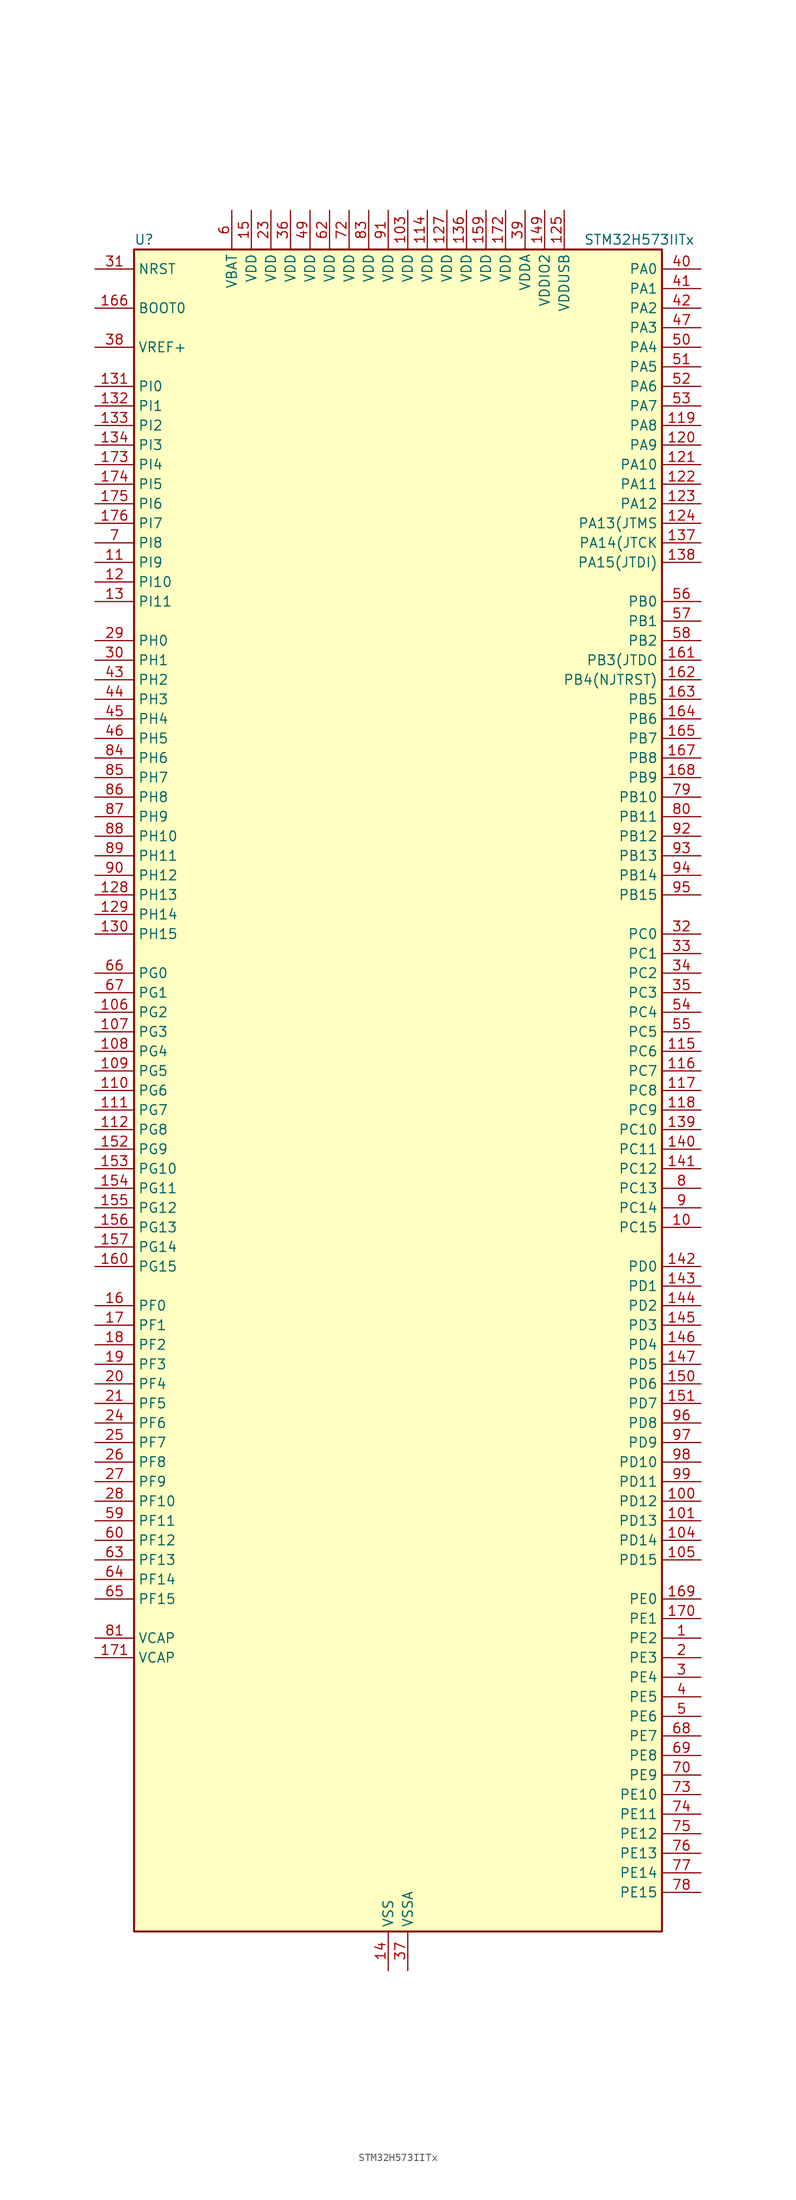
<source format=kicad_sym>
(kicad_symbol_lib
  (version 20231120)
  (generator "kicad-library-utils")
  (generator_version "8.0")
  (symbol "STM32H573IITx"
    (property "Reference" "U"
      (at -33.02 110.49 0)
      (effects (font (size 1.27 1.27)) (justify left)))
    (property "Value" "STM32H573IITx"
      (at 25.4 110.49 0)
      (effects (font (size 1.27 1.27)) (justify left)))
    (symbol "STM32H573IITx_0_1"
      (rectangle (start -33.02 -109.22) (end 35.56 109.22) (stroke (width 0.254) (type default)) (fill (type background))))
    (symbol "STM32H573IITx_1_1"
      (pin bidirectional line (at 40.64 -71.12 180) (length 5.08) (name "PE2" (effects (font (size 1.27 1.27)))) (number "1" (effects (font (size 1.27 1.27)))) (alternate "DCMI_D3" bidirectional line) (alternate "DEBUG_TRACECLK" bidirectional line) (alternate "ETH_TXD3" bidirectional line) (alternate "FMC_A23" bidirectional line) (alternate "LPTIM1_IN2" bidirectional line) (alternate "OCTOSPI1_IO2" bidirectional line) (alternate "PSSI_D3" bidirectional line) (alternate "SAI1_CK1" bidirectional line) (alternate "SAI1_MCLK_A" bidirectional line) (alternate "SPI4_SCK" bidirectional line) (alternate "UART8_TX" bidirectional line) (alternate "USART10_RX" bidirectional line))
      (pin bidirectional line (at 40.64 -17.78 180) (length 5.08) (name "PC15" (effects (font (size 1.27 1.27)))) (number "10" (effects (font (size 1.27 1.27)))) (alternate "ADC1_EXTI15" bidirectional line) (alternate "ADC2_EXTI15" bidirectional line) (alternate "RCC_OSC32_OUT" bidirectional line))
      (pin bidirectional line (at 40.64 -53.34 180) (length 5.08) (name "PD12" (effects (font (size 1.27 1.27)))) (number "100" (effects (font (size 1.27 1.27)))) (alternate "DCMI_D12" bidirectional line) (alternate "FMC_A17" bidirectional line) (alternate "FMC_ALE" bidirectional line) (alternate "I2C4_SCL" bidirectional line) (alternate "I3C1_SCL" bidirectional line) (alternate "LPTIM1_IN1" bidirectional line) (alternate "LPTIM2_IN1" bidirectional line) (alternate "OCTOSPI1_IO1" bidirectional line) (alternate "PSSI_D12" bidirectional line) (alternate "SAI1_D1" bidirectional line) (alternate "SAI2_FS_A" bidirectional line) (alternate "TIM4_CH1" bidirectional line) (alternate "UART4_TX" bidirectional line) (alternate "USART3_RTS" bidirectional line))
      (pin bidirectional line (at 40.64 -55.88 180) (length 5.08) (name "PD13" (effects (font (size 1.27 1.27)))) (number "101" (effects (font (size 1.27 1.27)))) (alternate "DCMI_D13" bidirectional line) (alternate "FMC_A18" bidirectional line) (alternate "I2C4_SDA" bidirectional line) (alternate "I3C1_SDA" bidirectional line) (alternate "LPTIM1_CH1" bidirectional line) (alternate "LPTIM2_CH1" bidirectional line) (alternate "LPTIM4_IN1" bidirectional line) (alternate "OCTOSPI1_IO3" bidirectional line) (alternate "PSSI_D13" bidirectional line) (alternate "SAI2_SCK_A" bidirectional line) (alternate "TIM4_CH2" bidirectional line) (alternate "UART9_RTS" bidirectional line))
      (pin passive line (at 0 -114.3 90) (length 5.08) hide (name "VSS" (effects (font (size 1.27 1.27)))) (number "102" (effects (font (size 1.27 1.27)))))
      (pin power_in line (at 2.54 114.3 270) (length 5.08) (name "VDD" (effects (font (size 1.27 1.27)))) (number "103" (effects (font (size 1.27 1.27)))))
      (pin bidirectional line (at 40.64 -58.42 180) (length 5.08) (name "PD14" (effects (font (size 1.27 1.27)))) (number "104" (effects (font (size 1.27 1.27)))) (alternate "FMC_D0" bidirectional line) (alternate "FMC_DA0" bidirectional line) (alternate "TIM4_CH3" bidirectional line) (alternate "UART8_CTS" bidirectional line) (alternate "UART9_RX" bidirectional line))
      (pin bidirectional line (at 40.64 -60.96 180) (length 5.08) (name "PD15" (effects (font (size 1.27 1.27)))) (number "105" (effects (font (size 1.27 1.27)))) (alternate "ADC1_EXTI15" bidirectional line) (alternate "ADC2_EXTI15" bidirectional line) (alternate "FMC_D1" bidirectional line) (alternate "FMC_DA1" bidirectional line) (alternate "TIM4_CH4" bidirectional line) (alternate "UART8_RTS" bidirectional line) (alternate "UART9_TX" bidirectional line))
      (pin bidirectional line (at -38.1 10.16 0) (length 5.08) (name "PG2" (effects (font (size 1.27 1.27)))) (number "106" (effects (font (size 1.27 1.27)))) (alternate "FMC_A12" bidirectional line) (alternate "LPTIM6_ETR" bidirectional line) (alternate "TIM8_BKIN" bidirectional line) (alternate "UART12_RX" bidirectional line))
      (pin bidirectional line (at -38.1 7.62 0) (length 5.08) (name "PG3" (effects (font (size 1.27 1.27)))) (number "107" (effects (font (size 1.27 1.27)))) (alternate "FMC_A13" bidirectional line) (alternate "LPTIM5_ETR" bidirectional line) (alternate "TIM8_BKIN2" bidirectional line) (alternate "UART12_TX" bidirectional line))
      (pin bidirectional line (at -38.1 5.08 0) (length 5.08) (name "PG4" (effects (font (size 1.27 1.27)))) (number "108" (effects (font (size 1.27 1.27)))) (alternate "FMC_A14" bidirectional line) (alternate "FMC_BA0" bidirectional line) (alternate "LPTIM4_ETR" bidirectional line) (alternate "TIM1_BKIN2" bidirectional line))
      (pin bidirectional line (at -38.1 2.54 0) (length 5.08) (name "PG5" (effects (font (size 1.27 1.27)))) (number "109" (effects (font (size 1.27 1.27)))) (alternate "FMC_A15" bidirectional line) (alternate "FMC_BA1" bidirectional line) (alternate "TIM1_ETR" bidirectional line))
      (pin bidirectional line (at -38.1 68.58 0) (length 5.08) (name "PI9" (effects (font (size 1.27 1.27)))) (number "11" (effects (font (size 1.27 1.27)))) (alternate "DAC1_EXTI9" bidirectional line) (alternate "FDCAN1_RX" bidirectional line) (alternate "UART4_RX" bidirectional line))
      (pin bidirectional line (at -38.1 0 0) (length 5.08) (name "PG6" (effects (font (size 1.27 1.27)))) (number "110" (effects (font (size 1.27 1.27)))) (alternate "DCMI_D12" bidirectional line) (alternate "FMC_NE3" bidirectional line) (alternate "I2C4_SDA" bidirectional line) (alternate "I3C1_SDA" bidirectional line) (alternate "OCTOSPI1_NCS" bidirectional line) (alternate "PSSI_D12" bidirectional line) (alternate "SPI1_RDY" bidirectional line) (alternate "TIM17_BKIN" bidirectional line) (alternate "UCPD1_FRSTX" bidirectional line))
      (pin bidirectional line (at -38.1 -2.54 0) (length 5.08) (name "PG7" (effects (font (size 1.27 1.27)))) (number "111" (effects (font (size 1.27 1.27)))) (alternate "DCMI_D13" bidirectional line) (alternate "FMC_INT" bidirectional line) (alternate "I2C4_SCL" bidirectional line) (alternate "I3C1_SCL" bidirectional line) (alternate "PSSI_D13" bidirectional line) (alternate "SAI1_CK2" bidirectional line) (alternate "SAI1_MCLK_A" bidirectional line) (alternate "UCPD1_FRSTX" bidirectional line) (alternate "USART6_CK" bidirectional line))
      (pin bidirectional line (at -38.1 -5.08 0) (length 5.08) (name "PG8" (effects (font (size 1.27 1.27)))) (number "112" (effects (font (size 1.27 1.27)))) (alternate "ETH_PPS_OUT" bidirectional line) (alternate "FMC_SDCLK" bidirectional line) (alternate "SPI6_NSS" bidirectional line) (alternate "TIM8_ETR" bidirectional line) (alternate "USART6_RTS" bidirectional line))
      (pin passive line (at 0 -114.3 90) (length 5.08) hide (name "VSS" (effects (font (size 1.27 1.27)))) (number "113" (effects (font (size 1.27 1.27)))))
      (pin power_in line (at 5.08 114.3 270) (length 5.08) (name "VDD" (effects (font (size 1.27 1.27)))) (number "114" (effects (font (size 1.27 1.27)))))
      (pin bidirectional line (at 40.64 5.08 180) (length 5.08) (name "PC6" (effects (font (size 1.27 1.27)))) (number "115" (effects (font (size 1.27 1.27)))) (alternate "DCMI_D0" bidirectional line) (alternate "FMC_NWAIT" bidirectional line) (alternate "I2S2_MCK" bidirectional line) (alternate "OCTOSPI1_IO5" bidirectional line) (alternate "PSSI_D0" bidirectional line) (alternate "SAI1_SCK_A" bidirectional line) (alternate "SDMMC1_D0DIR" bidirectional line) (alternate "SDMMC1_D6" bidirectional line) (alternate "SDMMC2_D6" bidirectional line) (alternate "TIM3_CH1" bidirectional line) (alternate "TIM8_CH1" bidirectional line) (alternate "USART6_TX" bidirectional line))
      (pin bidirectional line (at 40.64 2.54 180) (length 5.08) (name "PC7" (effects (font (size 1.27 1.27)))) (number "116" (effects (font (size 1.27 1.27)))) (alternate "DCMI_D1" bidirectional line) (alternate "DEBUG_TRGIO" bidirectional line) (alternate "FMC_NE1" bidirectional line) (alternate "I2S3_MCK" bidirectional line) (alternate "OCTOSPI1_IO6" bidirectional line) (alternate "PSSI_D1" bidirectional line) (alternate "SDMMC1_D123DIR" bidirectional line) (alternate "SDMMC1_D7" bidirectional line) (alternate "SDMMC2_D7" bidirectional line) (alternate "TIM3_CH2" bidirectional line) (alternate "TIM8_CH2" bidirectional line) (alternate "USART6_RX" bidirectional line))
      (pin bidirectional line (at 40.64 0 180) (length 5.08) (name "PC8" (effects (font (size 1.27 1.27)))) (number "117" (effects (font (size 1.27 1.27)))) (alternate "DCMI_D2" bidirectional line) (alternate "DEBUG_TRACED1" bidirectional line) (alternate "FMC_ALE" bidirectional line) (alternate "FMC_INT" bidirectional line) (alternate "FMC_NCE" bidirectional line) (alternate "FMC_NE2" bidirectional line) (alternate "PSSI_D2" bidirectional line) (alternate "SDMMC1_D0" bidirectional line) (alternate "TIM3_CH3" bidirectional line) (alternate "TIM8_CH3" bidirectional line) (alternate "UART5_DE" bidirectional line) (alternate "UART5_RTS" bidirectional line) (alternate "USART6_CK" bidirectional line))
      (pin bidirectional line (at 40.64 -2.54 180) (length 5.08) (name "PC9" (effects (font (size 1.27 1.27)))) (number "118" (effects (font (size 1.27 1.27)))) (alternate "AUDIOCLK" bidirectional line) (alternate "DAC1_EXTI9" bidirectional line) (alternate "DCMI_D3" bidirectional line) (alternate "FMC_CLE" bidirectional line) (alternate "I2C3_SDA" bidirectional line) (alternate "OCTOSPI1_IO0" bidirectional line) (alternate "PSSI_D3" bidirectional line) (alternate "RCC_MCO_2" bidirectional line) (alternate "SDMMC1_D1" bidirectional line) (alternate "TIM3_CH4" bidirectional line) (alternate "TIM8_CH4" bidirectional line) (alternate "UART5_CTS" bidirectional line) (alternate "UCPD1_DB2" bidirectional line))
      (pin bidirectional line (at 40.64 86.36 180) (length 5.08) (name "PA8" (effects (font (size 1.27 1.27)))) (number "119" (effects (font (size 1.27 1.27)))) (alternate "DCMI_D3" bidirectional line) (alternate "FMC_NOE" bidirectional line) (alternate "I2C3_SCL" bidirectional line) (alternate "PSSI_D3" bidirectional line) (alternate "RCC_MCO_1" bidirectional line) (alternate "SPI1_RDY" bidirectional line) (alternate "TIM1_CH1" bidirectional line) (alternate "TIM8_BKIN2" bidirectional line) (alternate "UART7_RX" bidirectional line) (alternate "USART1_CK" bidirectional line) (alternate "USB_SOF" bidirectional line))
      (pin bidirectional line (at -38.1 66.04 0) (length 5.08) (name "PI10" (effects (font (size 1.27 1.27)))) (number "12" (effects (font (size 1.27 1.27)))) (alternate "ETH_RX_ER" bidirectional line) (alternate "FDCAN1_RX" bidirectional line) (alternate "PSSI_D14" bidirectional line))
      (pin bidirectional line (at 40.64 83.82 180) (length 5.08) (name "PA9" (effects (font (size 1.27 1.27)))) (number "120" (effects (font (size 1.27 1.27)))) (alternate "DAC1_EXTI9" bidirectional line) (alternate "DCMI_D0" bidirectional line) (alternate "ETH_TX_ER" bidirectional line) (alternate "FMC_NWE" bidirectional line) (alternate "I2C3_SMBA" bidirectional line) (alternate "I2S2_CK" bidirectional line) (alternate "LPUART1_TX" bidirectional line) (alternate "PSSI_D0" bidirectional line) (alternate "SPI2_SCK" bidirectional line) (alternate "TIM1_CH2" bidirectional line) (alternate "UCPD1_DB1" bidirectional line) (alternate "USART1_TX" bidirectional line))
      (pin bidirectional line (at 40.64 81.28 180) (length 5.08) (name "PA10" (effects (font (size 1.27 1.27)))) (number "121" (effects (font (size 1.27 1.27)))) (alternate "DCMI_D1" bidirectional line) (alternate "FDCAN2_TX" bidirectional line) (alternate "LPTIM2_IN2" bidirectional line) (alternate "LPUART1_RX" bidirectional line) (alternate "PSSI_D1" bidirectional line) (alternate "SDMMC1_D0" bidirectional line) (alternate "TIM1_CH3" bidirectional line) (alternate "UCPD1_FRSTX" bidirectional line) (alternate "USART1_RX" bidirectional line))
      (pin bidirectional line (at 40.64 78.74 180) (length 5.08) (name "PA11" (effects (font (size 1.27 1.27)))) (number "122" (effects (font (size 1.27 1.27)))) (alternate "ADC1_EXTI11" bidirectional line) (alternate "ADC2_EXTI11" bidirectional line) (alternate "FDCAN1_RX" bidirectional line) (alternate "I2S2_WS" bidirectional line) (alternate "LPUART1_CTS" bidirectional line) (alternate "SPI2_NSS" bidirectional line) (alternate "TIM1_CH4" bidirectional line) (alternate "UART4_RX" bidirectional line) (alternate "USART1_CTS" bidirectional line) (alternate "USART1_NSS" bidirectional line) (alternate "USB_DM" bidirectional line))
      (pin bidirectional line (at 40.64 76.2 180) (length 5.08) (name "PA12" (effects (font (size 1.27 1.27)))) (number "123" (effects (font (size 1.27 1.27)))) (alternate "FDCAN1_TX" bidirectional line) (alternate "I2S2_CK" bidirectional line) (alternate "LPUART1_RTS" bidirectional line) (alternate "SAI2_FS_B" bidirectional line) (alternate "SPI2_SCK" bidirectional line) (alternate "TIM1_ETR" bidirectional line) (alternate "UART4_TX" bidirectional line) (alternate "USART1_RTS" bidirectional line) (alternate "USB_DP" bidirectional line))
      (pin bidirectional line (at 40.64 73.66 180) (length 5.08) (name "PA13(JTMS" (effects (font (size 1.27 1.27)))) (number "124" (effects (font (size 1.27 1.27)))) (alternate "DEBUG_JTMS-SWDIO" bidirectional line))
      (pin power_in line (at 22.86 114.3 270) (length 5.08) (name "VDDUSB" (effects (font (size 1.27 1.27)))) (number "125" (effects (font (size 1.27 1.27)))))
      (pin passive line (at 0 -114.3 90) (length 5.08) hide (name "VSS" (effects (font (size 1.27 1.27)))) (number "126" (effects (font (size 1.27 1.27)))))
      (pin power_in line (at 7.62 114.3 270) (length 5.08) (name "VDD" (effects (font (size 1.27 1.27)))) (number "127" (effects (font (size 1.27 1.27)))))
      (pin bidirectional line (at -38.1 25.4 0) (length 5.08) (name "PH13" (effects (font (size 1.27 1.27)))) (number "128" (effects (font (size 1.27 1.27)))) (alternate "DCMI_D3" bidirectional line) (alternate "FDCAN1_TX" bidirectional line) (alternate "LPTIM1_IN2" bidirectional line) (alternate "PSSI_D3" bidirectional line) (alternate "TIM8_CH1N" bidirectional line) (alternate "UART4_TX" bidirectional line) (alternate "UART8_TX" bidirectional line))
      (pin bidirectional line (at -38.1 22.86 0) (length 5.08) (name "PH14" (effects (font (size 1.27 1.27)))) (number "129" (effects (font (size 1.27 1.27)))) (alternate "DCMI_D4" bidirectional line) (alternate "FDCAN1_RX" bidirectional line) (alternate "PSSI_D4" bidirectional line) (alternate "TIM8_CH2N" bidirectional line) (alternate "UART4_RX" bidirectional line))
      (pin bidirectional line (at -38.1 63.5 0) (length 5.08) (name "PI11" (effects (font (size 1.27 1.27)))) (number "13" (effects (font (size 1.27 1.27)))) (alternate "ADC1_EXTI11" bidirectional line) (alternate "ADC2_EXTI11" bidirectional line) (alternate "PSSI_D15" bidirectional line) (alternate "TAMP_IN4" bidirectional line) (alternate "TAMP_OUT5" bidirectional line))
      (pin bidirectional line (at -38.1 20.32 0) (length 5.08) (name "PH15" (effects (font (size 1.27 1.27)))) (number "130" (effects (font (size 1.27 1.27)))) (alternate "ADC1_EXTI15" bidirectional line) (alternate "ADC2_EXTI15" bidirectional line) (alternate "DCMI_D11" bidirectional line) (alternate "PSSI_D11" bidirectional line) (alternate "TIM8_CH3N" bidirectional line))
      (pin bidirectional line (at -38.1 91.44 0) (length 5.08) (name "PI0" (effects (font (size 1.27 1.27)))) (number "131" (effects (font (size 1.27 1.27)))) (alternate "DCMI_D13" bidirectional line) (alternate "I2S2_WS" bidirectional line) (alternate "PSSI_D13" bidirectional line) (alternate "SPI2_NSS" bidirectional line) (alternate "TIM5_CH4" bidirectional line))
      (pin bidirectional line (at -38.1 88.9 0) (length 5.08) (name "PI1" (effects (font (size 1.27 1.27)))) (number "132" (effects (font (size 1.27 1.27)))) (alternate "DCMI_D8" bidirectional line) (alternate "I2S2_CK" bidirectional line) (alternate "PSSI_D8" bidirectional line) (alternate "SPI2_SCK" bidirectional line) (alternate "TIM8_BKIN2" bidirectional line))
      (pin bidirectional line (at -38.1 86.36 0) (length 5.08) (name "PI2" (effects (font (size 1.27 1.27)))) (number "133" (effects (font (size 1.27 1.27)))) (alternate "DCMI_D9" bidirectional line) (alternate "I2S2_SDI" bidirectional line) (alternate "PSSI_D9" bidirectional line) (alternate "SPI2_MISO" bidirectional line) (alternate "TIM8_CH4" bidirectional line))
      (pin bidirectional line (at -38.1 83.82 0) (length 5.08) (name "PI3" (effects (font (size 1.27 1.27)))) (number "134" (effects (font (size 1.27 1.27)))) (alternate "DCMI_D10" bidirectional line) (alternate "I2S2_SDO" bidirectional line) (alternate "PSSI_D10" bidirectional line) (alternate "SPI2_MOSI" bidirectional line) (alternate "TIM8_ETR" bidirectional line))
      (pin passive line (at 0 -114.3 90) (length 5.08) hide (name "VSS" (effects (font (size 1.27 1.27)))) (number "135" (effects (font (size 1.27 1.27)))))
      (pin power_in line (at 10.16 114.3 270) (length 5.08) (name "VDD" (effects (font (size 1.27 1.27)))) (number "136" (effects (font (size 1.27 1.27)))))
      (pin bidirectional line (at 40.64 71.12 180) (length 5.08) (name "PA14(JTCK" (effects (font (size 1.27 1.27)))) (number "137" (effects (font (size 1.27 1.27)))) (alternate "DEBUG_JTCK-SWCLK" bidirectional line))
      (pin bidirectional line (at 40.64 68.58 180) (length 5.08) (name "PA15(JTDI)" (effects (font (size 1.27 1.27)))) (number "138" (effects (font (size 1.27 1.27)))) (alternate "ADC1_EXTI15" bidirectional line) (alternate "ADC2_EXTI15" bidirectional line) (alternate "CEC" bidirectional line) (alternate "DCMI_D11" bidirectional line) (alternate "DEBUG_JTDI" bidirectional line) (alternate "FMC_NBL1" bidirectional line) (alternate "I2S1_WS" bidirectional line) (alternate "I2S3_WS" bidirectional line) (alternate "LPTIM3_IN2" bidirectional line) (alternate "PSSI_D11" bidirectional line) (alternate "SPI1_NSS" bidirectional line) (alternate "SPI3_NSS" bidirectional line) (alternate "SPI6_NSS" bidirectional line) (alternate "TIM2_CH1" bidirectional line) (alternate "TIM2_ETR" bidirectional line) (alternate "UART4_DE" bidirectional line) (alternate "UART4_RTS" bidirectional line) (alternate "UART7_TX" bidirectional line))
      (pin bidirectional line (at 40.64 -5.08 180) (length 5.08) (name "PC10" (effects (font (size 1.27 1.27)))) (number "139" (effects (font (size 1.27 1.27)))) (alternate "DCMI_D8" bidirectional line) (alternate "ETH_TXD0" bidirectional line) (alternate "I2S3_CK" bidirectional line) (alternate "LPTIM3_ETR" bidirectional line) (alternate "OCTOSPI1_IO1" bidirectional line) (alternate "PSSI_D8" bidirectional line) (alternate "SDMMC1_D2" bidirectional line) (alternate "SPI3_SCK" bidirectional line) (alternate "UART4_TX" bidirectional line) (alternate "USART3_TX" bidirectional line))
      (pin power_in line (at 0 -114.3 90) (length 5.08) (name "VSS" (effects (font (size 1.27 1.27)))) (number "14" (effects (font (size 1.27 1.27)))))
      (pin bidirectional line (at 40.64 -7.62 180) (length 5.08) (name "PC11" (effects (font (size 1.27 1.27)))) (number "140" (effects (font (size 1.27 1.27)))) (alternate "ADC1_EXTI11" bidirectional line) (alternate "ADC2_EXTI11" bidirectional line) (alternate "DCMI_D4" bidirectional line) (alternate "I2S3_SDI" bidirectional line) (alternate "LPTIM3_IN1" bidirectional line) (alternate "OCTOSPI1_NCS" bidirectional line) (alternate "PSSI_D4" bidirectional line) (alternate "SDMMC1_D3" bidirectional line) (alternate "SPI3_MISO" bidirectional line) (alternate "UART4_RX" bidirectional line) (alternate "USART3_RX" bidirectional line))
      (pin bidirectional line (at 40.64 -10.16 180) (length 5.08) (name "PC12" (effects (font (size 1.27 1.27)))) (number "141" (effects (font (size 1.27 1.27)))) (alternate "DCMI_D9" bidirectional line) (alternate "DEBUG_TRACED3" bidirectional line) (alternate "I2S3_SDO" bidirectional line) (alternate "PSSI_D9" bidirectional line) (alternate "SDMMC1_CK" bidirectional line) (alternate "SPI3_MOSI" bidirectional line) (alternate "SPI6_SCK" bidirectional line) (alternate "TIM15_CH1" bidirectional line) (alternate "UART5_TX" bidirectional line) (alternate "USART3_CK" bidirectional line))
      (pin bidirectional line (at 40.64 -22.86 180) (length 5.08) (name "PD0" (effects (font (size 1.27 1.27)))) (number "142" (effects (font (size 1.27 1.27)))) (alternate "FDCAN1_RX" bidirectional line) (alternate "FMC_D2" bidirectional line) (alternate "FMC_DA2" bidirectional line) (alternate "TIM8_CH4N" bidirectional line) (alternate "UART4_RX" bidirectional line) (alternate "UART9_CTS" bidirectional line))
      (pin bidirectional line (at 40.64 -25.4 180) (length 5.08) (name "PD1" (effects (font (size 1.27 1.27)))) (number "143" (effects (font (size 1.27 1.27)))) (alternate "FDCAN1_TX" bidirectional line) (alternate "FMC_D3" bidirectional line) (alternate "FMC_DA3" bidirectional line) (alternate "UART4_TX" bidirectional line))
      (pin bidirectional line (at 40.64 -27.94 180) (length 5.08) (name "PD2" (effects (font (size 1.27 1.27)))) (number "144" (effects (font (size 1.27 1.27)))) (alternate "DCMI_D11" bidirectional line) (alternate "DEBUG_TRACED2" bidirectional line) (alternate "LPTIM4_ETR" bidirectional line) (alternate "PSSI_D11" bidirectional line) (alternate "PWR_WKUP7" bidirectional line) (alternate "SDMMC1_CMD" bidirectional line) (alternate "TIM15_BKIN" bidirectional line) (alternate "TIM3_ETR" bidirectional line) (alternate "UART5_RX" bidirectional line))
      (pin bidirectional line (at 40.64 -30.48 180) (length 5.08) (name "PD3" (effects (font (size 1.27 1.27)))) (number "145" (effects (font (size 1.27 1.27)))) (alternate "DCMI_D5" bidirectional line) (alternate "FMC_CLK" bidirectional line) (alternate "I2S2_CK" bidirectional line) (alternate "PSSI_D5" bidirectional line) (alternate "PWR_WKUP8" bidirectional line) (alternate "SPI2_SCK" bidirectional line) (alternate "USART2_CTS" bidirectional line) (alternate "USART2_NSS" bidirectional line))
      (pin bidirectional line (at 40.64 -33.02 180) (length 5.08) (name "PD4" (effects (font (size 1.27 1.27)))) (number "146" (effects (font (size 1.27 1.27)))) (alternate "FMC_NOE" bidirectional line) (alternate "OCTOSPI1_IO4" bidirectional line) (alternate "USART2_RTS" bidirectional line))
      (pin bidirectional line (at 40.64 -35.56 180) (length 5.08) (name "PD5" (effects (font (size 1.27 1.27)))) (number "147" (effects (font (size 1.27 1.27)))) (alternate "FDCAN1_TX" bidirectional line) (alternate "FMC_NWE" bidirectional line) (alternate "OCTOSPI1_IO5" bidirectional line) (alternate "SPI2_RDY" bidirectional line) (alternate "TIM1_CH4N" bidirectional line) (alternate "USART2_TX" bidirectional line))
      (pin passive line (at 0 -114.3 90) (length 5.08) hide (name "VSS" (effects (font (size 1.27 1.27)))) (number "148" (effects (font (size 1.27 1.27)))))
      (pin power_in line (at 20.32 114.3 270) (length 5.08) (name "VDDIO2" (effects (font (size 1.27 1.27)))) (number "149" (effects (font (size 1.27 1.27)))))
      (pin power_in line (at -17.78 114.3 270) (length 5.08) (name "VDD" (effects (font (size 1.27 1.27)))) (number "15" (effects (font (size 1.27 1.27)))))
      (pin bidirectional line (at 40.64 -38.1 180) (length 5.08) (name "PD6" (effects (font (size 1.27 1.27)))) (number "150" (effects (font (size 1.27 1.27)))) (alternate "DCMI_D10" bidirectional line) (alternate "FMC_NWAIT" bidirectional line) (alternate "I2S3_SDO" bidirectional line) (alternate "OCTOSPI1_IO6" bidirectional line) (alternate "PSSI_D10" bidirectional line) (alternate "SAI1_D1" bidirectional line) (alternate "SAI1_SD_A" bidirectional line) (alternate "SDMMC2_CK" bidirectional line) (alternate "SPI3_MOSI" bidirectional line) (alternate "USART2_RX" bidirectional line))
      (pin bidirectional line (at 40.64 -40.64 180) (length 5.08) (name "PD7" (effects (font (size 1.27 1.27)))) (number "151" (effects (font (size 1.27 1.27)))) (alternate "FMC_NCE" bidirectional line) (alternate "FMC_NE1" bidirectional line) (alternate "I2S1_SDO" bidirectional line) (alternate "LPTIM4_OUT" bidirectional line) (alternate "OCTOSPI1_IO7" bidirectional line) (alternate "SDMMC2_CMD" bidirectional line) (alternate "SPI1_MOSI" bidirectional line) (alternate "USART2_CK" bidirectional line))
      (pin bidirectional line (at -38.1 -7.62 0) (length 5.08) (name "PG9" (effects (font (size 1.27 1.27)))) (number "152" (effects (font (size 1.27 1.27)))) (alternate "DAC1_EXTI9" bidirectional line) (alternate "DCMI_VSYNC" bidirectional line) (alternate "FMC_NCE" bidirectional line) (alternate "FMC_NE2" bidirectional line) (alternate "I2S1_SDI" bidirectional line) (alternate "OCTOSPI1_IO6" bidirectional line) (alternate "PSSI_RDY" bidirectional line) (alternate "SAI2_FS_B" bidirectional line) (alternate "SDMMC2_D0" bidirectional line) (alternate "SPI1_MISO" bidirectional line) (alternate "USART6_RX" bidirectional line))
      (pin bidirectional line (at -38.1 -10.16 0) (length 5.08) (name "PG10" (effects (font (size 1.27 1.27)))) (number "153" (effects (font (size 1.27 1.27)))) (alternate "DCMI_D2" bidirectional line) (alternate "FMC_NE3" bidirectional line) (alternate "I2S1_WS" bidirectional line) (alternate "PSSI_D2" bidirectional line) (alternate "SAI2_SD_B" bidirectional line) (alternate "SDMMC2_D1" bidirectional line) (alternate "SPI1_NSS" bidirectional line))
      (pin bidirectional line (at -38.1 -12.7 0) (length 5.08) (name "PG11" (effects (font (size 1.27 1.27)))) (number "154" (effects (font (size 1.27 1.27)))) (alternate "ADC1_EXTI11" bidirectional line) (alternate "ADC2_EXTI11" bidirectional line) (alternate "DCMI_D3" bidirectional line) (alternate "ETH_TX_EN" bidirectional line) (alternate "I2S1_CK" bidirectional line) (alternate "LPTIM1_IN2" bidirectional line) (alternate "PSSI_D3" bidirectional line) (alternate "SDMMC2_D2" bidirectional line) (alternate "SPI1_SCK" bidirectional line) (alternate "USART10_RX" bidirectional line) (alternate "USART11_RTS" bidirectional line))
      (pin bidirectional line (at -38.1 -15.24 0) (length 5.08) (name "PG12" (effects (font (size 1.27 1.27)))) (number "155" (effects (font (size 1.27 1.27)))) (alternate "DCMI_D11" bidirectional line) (alternate "ETH_TXD1" bidirectional line) (alternate "FMC_NE4" bidirectional line) (alternate "LPTIM1_IN1" bidirectional line) (alternate "LPTIM5_CH1" bidirectional line) (alternate "PSSI_D11" bidirectional line) (alternate "PSSI_D15" bidirectional line) (alternate "SDMMC2_D3" bidirectional line) (alternate "SPI6_MISO" bidirectional line) (alternate "USART10_TX" bidirectional line) (alternate "USART6_RTS" bidirectional line))
      (pin bidirectional line (at -38.1 -17.78 0) (length 5.08) (name "PG13" (effects (font (size 1.27 1.27)))) (number "156" (effects (font (size 1.27 1.27)))) (alternate "DEBUG_TRACED0" bidirectional line) (alternate "ETH_TXD0" bidirectional line) (alternate "FMC_A24" bidirectional line) (alternate "LPTIM1_CH1" bidirectional line) (alternate "LPTIM5_CH2" bidirectional line) (alternate "SDMMC2_D6" bidirectional line) (alternate "SPI6_SCK" bidirectional line) (alternate "USART10_CTS" bidirectional line) (alternate "USART10_NSS" bidirectional line) (alternate "USART6_CTS" bidirectional line) (alternate "USART6_NSS" bidirectional line))
      (pin bidirectional line (at -38.1 -20.32 0) (length 5.08) (name "PG14" (effects (font (size 1.27 1.27)))) (number "157" (effects (font (size 1.27 1.27)))) (alternate "DEBUG_TRACED1" bidirectional line) (alternate "ETH_TXD1" bidirectional line) (alternate "FMC_A25" bidirectional line) (alternate "LPTIM1_CH2" bidirectional line) (alternate "LPTIM1_ETR" bidirectional line) (alternate "LPTIM5_IN1" bidirectional line) (alternate "OCTOSPI1_IO7" bidirectional line) (alternate "SDMMC2_D7" bidirectional line) (alternate "SPI6_MOSI" bidirectional line) (alternate "USART10_RTS" bidirectional line) (alternate "USART6_TX" bidirectional line))
      (pin passive line (at 0 -114.3 90) (length 5.08) hide (name "VSS" (effects (font (size 1.27 1.27)))) (number "158" (effects (font (size 1.27 1.27)))))
      (pin power_in line (at 12.7 114.3 270) (length 5.08) (name "VDD" (effects (font (size 1.27 1.27)))) (number "159" (effects (font (size 1.27 1.27)))))
      (pin bidirectional line (at -38.1 -27.94 0) (length 5.08) (name "PF0" (effects (font (size 1.27 1.27)))) (number "16" (effects (font (size 1.27 1.27)))) (alternate "FMC_A0" bidirectional line) (alternate "I2C2_SDA" bidirectional line) (alternate "LPTIM5_CH1" bidirectional line))
      (pin bidirectional line (at -38.1 -22.86 0) (length 5.08) (name "PG15" (effects (font (size 1.27 1.27)))) (number "160" (effects (font (size 1.27 1.27)))) (alternate "ADC1_EXTI15" bidirectional line) (alternate "ADC2_EXTI15" bidirectional line) (alternate "DCMI_D13" bidirectional line) (alternate "FMC_SDNCAS" bidirectional line) (alternate "PSSI_D13" bidirectional line) (alternate "SPI4_RDY" bidirectional line) (alternate "USART10_CK" bidirectional line) (alternate "USART6_CTS" bidirectional line) (alternate "USART6_NSS" bidirectional line))
      (pin bidirectional line (at 40.64 55.88 180) (length 5.08) (name "PB3(JTDO" (effects (font (size 1.27 1.27)))) (number "161" (effects (font (size 1.27 1.27)))) (alternate "CRS_SYNC" bidirectional line) (alternate "DEBUG_JTDO-SWO" bidirectional line) (alternate "I2C2_SDA" bidirectional line) (alternate "I2S1_CK" bidirectional line) (alternate "I2S3_CK" bidirectional line) (alternate "LPTIM6_ETR" bidirectional line) (alternate "SDMMC2_D2" bidirectional line) (alternate "SPI1_SCK" bidirectional line) (alternate "SPI3_SCK" bidirectional line) (alternate "SPI6_SCK" bidirectional line) (alternate "TIM2_CH2" bidirectional line) (alternate "UART12_CTS" bidirectional line) (alternate "UART7_RX" bidirectional line))
      (pin bidirectional line (at 40.64 53.34 180) (length 5.08) (name "PB4(NJTRST)" (effects (font (size 1.27 1.27)))) (number "162" (effects (font (size 1.27 1.27)))) (alternate "DCMI_D7" bidirectional line) (alternate "DEBUG_JTRST" bidirectional line) (alternate "I2S1_SDI" bidirectional line) (alternate "I2S2_WS" bidirectional line) (alternate "I2S3_SDI" bidirectional line) (alternate "LPTIM1_CH2" bidirectional line) (alternate "OCTOSPI1_CLK" bidirectional line) (alternate "PSSI_D7" bidirectional line) (alternate "SDMMC2_D3" bidirectional line) (alternate "SPI1_MISO" bidirectional line) (alternate "SPI2_NSS" bidirectional line) (alternate "SPI3_MISO" bidirectional line) (alternate "SPI6_MISO" bidirectional line) (alternate "TIM16_BKIN" bidirectional line) (alternate "TIM3_CH1" bidirectional line) (alternate "UART7_TX" bidirectional line))
      (pin bidirectional line (at 40.64 50.8 180) (length 5.08) (name "PB5" (effects (font (size 1.27 1.27)))) (number "163" (effects (font (size 1.27 1.27)))) (alternate "DCMI_D10" bidirectional line) (alternate "ETH_PPS_OUT" bidirectional line) (alternate "FDCAN2_RX" bidirectional line) (alternate "FMC_SDCKE1" bidirectional line) (alternate "I2C1_SMBA" bidirectional line) (alternate "I2C4_SMBA" bidirectional line) (alternate "I2S1_SDO" bidirectional line) (alternate "I2S3_SDO" bidirectional line) (alternate "OCTOSPI1_NCLK" bidirectional line) (alternate "PSSI_D10" bidirectional line) (alternate "SPI1_MOSI" bidirectional line) (alternate "SPI3_MOSI" bidirectional line) (alternate "SPI6_MOSI" bidirectional line) (alternate "TIM17_BKIN" bidirectional line) (alternate "TIM3_CH2" bidirectional line) (alternate "UART5_RX" bidirectional line))
      (pin bidirectional line (at 40.64 48.26 180) (length 5.08) (name "PB6" (effects (font (size 1.27 1.27)))) (number "164" (effects (font (size 1.27 1.27)))) (alternate "CEC" bidirectional line) (alternate "DCMI_D5" bidirectional line) (alternate "FDCAN2_TX" bidirectional line) (alternate "FMC_SDNE1" bidirectional line) (alternate "I2C1_SCL" bidirectional line) (alternate "I2C4_SCL" bidirectional line) (alternate "I3C1_SCL" bidirectional line) (alternate "LPUART1_TX" bidirectional line) (alternate "OCTOSPI1_NCS" bidirectional line) (alternate "PSSI_D5" bidirectional line) (alternate "TIM16_CH1N" bidirectional line) (alternate "TIM4_CH1" bidirectional line) (alternate "UART5_TX" bidirectional line) (alternate "USART1_TX" bidirectional line))
      (pin bidirectional line (at 40.64 45.72 180) (length 5.08) (name "PB7" (effects (font (size 1.27 1.27)))) (number "165" (effects (font (size 1.27 1.27)))) (alternate "DCMI_VSYNC" bidirectional line) (alternate "FDCAN1_TX" bidirectional line) (alternate "FMC_NL" bidirectional line) (alternate "I2C1_SDA" bidirectional line) (alternate "I2C4_SDA" bidirectional line) (alternate "I3C1_SDA" bidirectional line) (alternate "LPUART1_RX" bidirectional line) (alternate "PSSI_RDY" bidirectional line) (alternate "PWR_WKUP5" bidirectional line) (alternate "SDMMC2_CKIN" bidirectional line) (alternate "SDMMC2_D5" bidirectional line) (alternate "TIM17_CH1N" bidirectional line) (alternate "TIM4_CH2" bidirectional line) (alternate "USART1_RX" bidirectional line))
      (pin input line (at -38.1 101.6 0) (length 5.08) (name "BOOT0" (effects (font (size 1.27 1.27)))) (number "166" (effects (font (size 1.27 1.27)))))
      (pin bidirectional line (at 40.64 43.18 180) (length 5.08) (name "PB8" (effects (font (size 1.27 1.27)))) (number "167" (effects (font (size 1.27 1.27)))) (alternate "DCMI_D6" bidirectional line) (alternate "ETH_TXD3" bidirectional line) (alternate "FDCAN1_RX" bidirectional line) (alternate "I2C1_SCL" bidirectional line) (alternate "I2C4_SCL" bidirectional line) (alternate "I3C1_SCL" bidirectional line) (alternate "PSSI_D6" bidirectional line) (alternate "SDMMC1_CKIN" bidirectional line) (alternate "SDMMC1_D4" bidirectional line) (alternate "SDMMC2_D4" bidirectional line) (alternate "SPI4_RDY" bidirectional line) (alternate "TIM16_CH1" bidirectional line) (alternate "TIM4_CH3" bidirectional line) (alternate "UART4_RX" bidirectional line))
      (pin bidirectional line (at 40.64 40.64 180) (length 5.08) (name "PB9" (effects (font (size 1.27 1.27)))) (number "168" (effects (font (size 1.27 1.27)))) (alternate "DAC1_EXTI9" bidirectional line) (alternate "DCMI_D7" bidirectional line) (alternate "FDCAN1_TX" bidirectional line) (alternate "I2C1_SDA" bidirectional line) (alternate "I2C4_SDA" bidirectional line) (alternate "I2S2_WS" bidirectional line) (alternate "I3C1_SDA" bidirectional line) (alternate "PSSI_D7" bidirectional line) (alternate "SDMMC1_CDIR" bidirectional line) (alternate "SDMMC1_D5" bidirectional line) (alternate "SDMMC2_CKIN" bidirectional line) (alternate "SDMMC2_D5" bidirectional line) (alternate "SPI2_NSS" bidirectional line) (alternate "TIM17_CH1" bidirectional line) (alternate "TIM4_CH4" bidirectional line) (alternate "UART4_TX" bidirectional line))
      (pin bidirectional line (at 40.64 -66.04 180) (length 5.08) (name "PE0" (effects (font (size 1.27 1.27)))) (number "169" (effects (font (size 1.27 1.27)))) (alternate "DCMI_D2" bidirectional line) (alternate "FDCAN1_RX" bidirectional line) (alternate "FMC_NBL0" bidirectional line) (alternate "LPTIM1_ETR" bidirectional line) (alternate "LPTIM2_CH2" bidirectional line) (alternate "LPTIM2_ETR" bidirectional line) (alternate "PSSI_D2" bidirectional line) (alternate "SAI2_MCLK_A" bidirectional line) (alternate "SPI3_RDY" bidirectional line) (alternate "TIM4_ETR" bidirectional line) (alternate "UART8_RX" bidirectional line))
      (pin bidirectional line (at -38.1 -30.48 0) (length 5.08) (name "PF1" (effects (font (size 1.27 1.27)))) (number "17" (effects (font (size 1.27 1.27)))) (alternate "FMC_A1" bidirectional line) (alternate "I2C2_SCL" bidirectional line) (alternate "LPTIM5_CH2" bidirectional line))
      (pin bidirectional line (at 40.64 -68.58 180) (length 5.08) (name "PE1" (effects (font (size 1.27 1.27)))) (number "170" (effects (font (size 1.27 1.27)))) (alternate "DCMI_D3" bidirectional line) (alternate "FDCAN1_TX" bidirectional line) (alternate "FMC_NBL1" bidirectional line) (alternate "LPTIM1_IN2" bidirectional line) (alternate "PSSI_D3" bidirectional line) (alternate "UART8_TX" bidirectional line))
      (pin power_out line (at -38.1 -73.66 0) (length 5.08) (name "VCAP" (effects (font (size 1.27 1.27)))) (number "171" (effects (font (size 1.27 1.27)))))
      (pin power_in line (at 15.24 114.3 270) (length 5.08) (name "VDD" (effects (font (size 1.27 1.27)))) (number "172" (effects (font (size 1.27 1.27)))))
      (pin bidirectional line (at -38.1 81.28 0) (length 5.08) (name "PI4" (effects (font (size 1.27 1.27)))) (number "173" (effects (font (size 1.27 1.27)))) (alternate "DCMI_D5" bidirectional line) (alternate "PSSI_D5" bidirectional line) (alternate "SAI2_MCLK_A" bidirectional line) (alternate "SPI2_RDY" bidirectional line) (alternate "TIM8_BKIN" bidirectional line))
      (pin bidirectional line (at -38.1 78.74 0) (length 5.08) (name "PI5" (effects (font (size 1.27 1.27)))) (number "174" (effects (font (size 1.27 1.27)))) (alternate "DCMI_VSYNC" bidirectional line) (alternate "PSSI_RDY" bidirectional line) (alternate "SAI2_SCK_A" bidirectional line) (alternate "TIM8_CH1" bidirectional line))
      (pin bidirectional line (at -38.1 76.2 0) (length 5.08) (name "PI6" (effects (font (size 1.27 1.27)))) (number "175" (effects (font (size 1.27 1.27)))) (alternate "DCMI_D6" bidirectional line) (alternate "PSSI_D6" bidirectional line) (alternate "SAI2_SD_A" bidirectional line) (alternate "TIM8_CH2" bidirectional line))
      (pin bidirectional line (at -38.1 73.66 0) (length 5.08) (name "PI7" (effects (font (size 1.27 1.27)))) (number "176" (effects (font (size 1.27 1.27)))) (alternate "DCMI_D7" bidirectional line) (alternate "PSSI_D7" bidirectional line) (alternate "SAI2_FS_A" bidirectional line) (alternate "TIM8_CH3" bidirectional line))
      (pin bidirectional line (at -38.1 -33.02 0) (length 5.08) (name "PF2" (effects (font (size 1.27 1.27)))) (number "18" (effects (font (size 1.27 1.27)))) (alternate "FMC_A2" bidirectional line) (alternate "I2C2_SMBA" bidirectional line) (alternate "LPTIM3_CH2" bidirectional line) (alternate "LPTIM3_IN2" bidirectional line) (alternate "LPTIM5_IN1" bidirectional line) (alternate "UART12_TX" bidirectional line) (alternate "USART11_CK" bidirectional line))
      (pin bidirectional line (at -38.1 -35.56 0) (length 5.08) (name "PF3" (effects (font (size 1.27 1.27)))) (number "19" (effects (font (size 1.27 1.27)))) (alternate "FMC_A3" bidirectional line) (alternate "LPTIM3_IN1" bidirectional line) (alternate "LPTIM5_IN2" bidirectional line) (alternate "USART11_TX" bidirectional line))
      (pin bidirectional line (at 40.64 -73.66 180) (length 5.08) (name "PE3" (effects (font (size 1.27 1.27)))) (number "2" (effects (font (size 1.27 1.27)))) (alternate "DEBUG_TRACED0" bidirectional line) (alternate "FMC_A19" bidirectional line) (alternate "SAI1_SD_B" bidirectional line) (alternate "TAMP_IN6" bidirectional line) (alternate "TAMP_OUT3" bidirectional line) (alternate "TIM15_BKIN" bidirectional line) (alternate "USART10_TX" bidirectional line))
      (pin bidirectional line (at -38.1 -38.1 0) (length 5.08) (name "PF4" (effects (font (size 1.27 1.27)))) (number "20" (effects (font (size 1.27 1.27)))) (alternate "FMC_A4" bidirectional line) (alternate "LPTIM3_ETR" bidirectional line) (alternate "USART11_RX" bidirectional line))
      (pin bidirectional line (at -38.1 -40.64 0) (length 5.08) (name "PF5" (effects (font (size 1.27 1.27)))) (number "21" (effects (font (size 1.27 1.27)))) (alternate "FMC_A5" bidirectional line) (alternate "I2C4_SCL" bidirectional line) (alternate "I3C1_SCL" bidirectional line) (alternate "LPTIM3_CH1" bidirectional line) (alternate "LPTIM3_IN1" bidirectional line) (alternate "UART12_RX" bidirectional line) (alternate "USART11_CTS" bidirectional line) (alternate "USART11_NSS" bidirectional line))
      (pin passive line (at 0 -114.3 90) (length 5.08) hide (name "VSS" (effects (font (size 1.27 1.27)))) (number "22" (effects (font (size 1.27 1.27)))))
      (pin power_in line (at -15.24 114.3 270) (length 5.08) (name "VDD" (effects (font (size 1.27 1.27)))) (number "23" (effects (font (size 1.27 1.27)))))
      (pin bidirectional line (at -38.1 -43.18 0) (length 5.08) (name "PF6" (effects (font (size 1.27 1.27)))) (number "24" (effects (font (size 1.27 1.27)))) (alternate "LPTIM5_CH1" bidirectional line) (alternate "OCTOSPI1_IO3" bidirectional line) (alternate "SAI1_SD_B" bidirectional line) (alternate "SPI5_NSS" bidirectional line) (alternate "TIM16_CH1" bidirectional line) (alternate "UART7_RX" bidirectional line))
      (pin bidirectional line (at -38.1 -45.72 0) (length 5.08) (name "PF7" (effects (font (size 1.27 1.27)))) (number "25" (effects (font (size 1.27 1.27)))) (alternate "LPTIM5_CH2" bidirectional line) (alternate "OCTOSPI1_IO2" bidirectional line) (alternate "SAI1_MCLK_B" bidirectional line) (alternate "SPI5_SCK" bidirectional line) (alternate "TIM17_CH1" bidirectional line) (alternate "UART7_TX" bidirectional line))
      (pin bidirectional line (at -38.1 -48.26 0) (length 5.08) (name "PF8" (effects (font (size 1.27 1.27)))) (number "26" (effects (font (size 1.27 1.27)))) (alternate "LPTIM5_IN1" bidirectional line) (alternate "OCTOSPI1_IO0" bidirectional line) (alternate "SAI1_SCK_B" bidirectional line) (alternate "SPI5_MISO" bidirectional line) (alternate "TIM13_CH1" bidirectional line) (alternate "TIM16_CH1N" bidirectional line) (alternate "UART7_RTS" bidirectional line))
      (pin bidirectional line (at -38.1 -50.8 0) (length 5.08) (name "PF9" (effects (font (size 1.27 1.27)))) (number "27" (effects (font (size 1.27 1.27)))) (alternate "DAC1_EXTI9" bidirectional line) (alternate "LPTIM5_IN2" bidirectional line) (alternate "OCTOSPI1_IO1" bidirectional line) (alternate "SAI1_FS_B" bidirectional line) (alternate "SPI5_MOSI" bidirectional line) (alternate "TIM14_CH1" bidirectional line) (alternate "TIM17_CH1N" bidirectional line) (alternate "UART7_CTS" bidirectional line))
      (pin bidirectional line (at -38.1 -53.34 0) (length 5.08) (name "PF10" (effects (font (size 1.27 1.27)))) (number "28" (effects (font (size 1.27 1.27)))) (alternate "DCMI_D11" bidirectional line) (alternate "OCTOSPI1_CLK" bidirectional line) (alternate "PSSI_D11" bidirectional line) (alternate "PSSI_D15" bidirectional line) (alternate "SAI1_D3" bidirectional line) (alternate "TIM16_BKIN" bidirectional line))
      (pin bidirectional line (at -38.1 58.42 0) (length 5.08) (name "PH0" (effects (font (size 1.27 1.27)))) (number "29" (effects (font (size 1.27 1.27)))) (alternate "RCC_OSC_IN" bidirectional line))
      (pin bidirectional line (at 40.64 -76.2 180) (length 5.08) (name "PE4" (effects (font (size 1.27 1.27)))) (number "3" (effects (font (size 1.27 1.27)))) (alternate "DCMI_D4" bidirectional line) (alternate "DEBUG_TRACED1" bidirectional line) (alternate "FMC_A20" bidirectional line) (alternate "PSSI_D4" bidirectional line) (alternate "SAI1_D2" bidirectional line) (alternate "SAI1_FS_A" bidirectional line) (alternate "SPI4_NSS" bidirectional line) (alternate "TAMP_IN7" bidirectional line) (alternate "TAMP_OUT8" bidirectional line) (alternate "TIM15_CH1N" bidirectional line))
      (pin bidirectional line (at -38.1 55.88 0) (length 5.08) (name "PH1" (effects (font (size 1.27 1.27)))) (number "30" (effects (font (size 1.27 1.27)))) (alternate "RCC_OSC_OUT" bidirectional line))
      (pin input line (at -38.1 106.68 0) (length 5.08) (name "NRST" (effects (font (size 1.27 1.27)))) (number "31" (effects (font (size 1.27 1.27)))))
      (pin bidirectional line (at 40.64 20.32 180) (length 5.08) (name "PC0" (effects (font (size 1.27 1.27)))) (number "32" (effects (font (size 1.27 1.27)))) (alternate "ADC1_INP10" bidirectional line) (alternate "ADC2_INP10" bidirectional line) (alternate "FMC_A25" bidirectional line) (alternate "FMC_SDNWE" bidirectional line) (alternate "OCTOSPI1_IO7" bidirectional line) (alternate "SAI1_MCLK_A" bidirectional line) (alternate "SAI2_FS_B" bidirectional line) (alternate "SPI2_RDY" bidirectional line) (alternate "TIM16_BKIN" bidirectional line))
      (pin bidirectional line (at 40.64 17.78 180) (length 5.08) (name "PC1" (effects (font (size 1.27 1.27)))) (number "33" (effects (font (size 1.27 1.27)))) (alternate "ADC1_INN10" bidirectional line) (alternate "ADC1_INP11" bidirectional line) (alternate "ADC2_INN10" bidirectional line) (alternate "ADC2_INP11" bidirectional line) (alternate "DEBUG_TRACED0" bidirectional line) (alternate "ETH_MDC" bidirectional line) (alternate "I2S2_SDO" bidirectional line) (alternate "OCTOSPI1_IO4" bidirectional line) (alternate "PWR_WKUP6" bidirectional line) (alternate "SAI1_D1" bidirectional line) (alternate "SAI1_SD_A" bidirectional line) (alternate "SAI2_SD_A" bidirectional line) (alternate "SDMMC2_CK" bidirectional line) (alternate "SPI2_MOSI" bidirectional line) (alternate "TAMP_IN3" bidirectional line) (alternate "TAMP_OUT5" bidirectional line) (alternate "USART11_RTS" bidirectional line))
      (pin bidirectional line (at 40.64 15.24 180) (length 5.08) (name "PC2" (effects (font (size 1.27 1.27)))) (number "34" (effects (font (size 1.27 1.27)))) (alternate "ADC1_INN11" bidirectional line) (alternate "ADC1_INP12" bidirectional line) (alternate "ADC2_INN11" bidirectional line) (alternate "ADC2_INP12" bidirectional line) (alternate "ETH_TXD2" bidirectional line) (alternate "FMC_SDNE0" bidirectional line) (alternate "I2S2_SDI" bidirectional line) (alternate "OCTOSPI1_IO2" bidirectional line) (alternate "OCTOSPI1_IO5" bidirectional line) (alternate "PWR_CSLEEP" bidirectional line) (alternate "SPI2_MISO" bidirectional line) (alternate "TIM17_CH1" bidirectional line) (alternate "TIM4_CH4" bidirectional line))
      (pin bidirectional line (at 40.64 12.7 180) (length 5.08) (name "PC3" (effects (font (size 1.27 1.27)))) (number "35" (effects (font (size 1.27 1.27)))) (alternate "ADC1_INN12" bidirectional line) (alternate "ADC1_INP13" bidirectional line) (alternate "ADC2_INN12" bidirectional line) (alternate "ADC2_INP13" bidirectional line) (alternate "ETH_TX_CLK" bidirectional line) (alternate "FMC_SDCKE0" bidirectional line) (alternate "I2S2_SDO" bidirectional line) (alternate "LPTIM3_CH1" bidirectional line) (alternate "OCTOSPI1_IO0" bidirectional line) (alternate "OCTOSPI1_IO6" bidirectional line) (alternate "PWR_CSTOP" bidirectional line) (alternate "SAI1_D3" bidirectional line) (alternate "SPI2_MOSI" bidirectional line))
      (pin power_in line (at -12.7 114.3 270) (length 5.08) (name "VDD" (effects (font (size 1.27 1.27)))) (number "36" (effects (font (size 1.27 1.27)))))
      (pin power_in line (at 2.54 -114.3 90) (length 5.08) (name "VSSA" (effects (font (size 1.27 1.27)))) (number "37" (effects (font (size 1.27 1.27)))))
      (pin input line (at -38.1 96.52 0) (length 5.08) (name "VREF+" (effects (font (size 1.27 1.27)))) (number "38" (effects (font (size 1.27 1.27)))))
      (pin power_in line (at 17.78 114.3 270) (length 5.08) (name "VDDA" (effects (font (size 1.27 1.27)))) (number "39" (effects (font (size 1.27 1.27)))))
      (pin bidirectional line (at 40.64 -78.74 180) (length 5.08) (name "PE5" (effects (font (size 1.27 1.27)))) (number "4" (effects (font (size 1.27 1.27)))) (alternate "DCMI_D6" bidirectional line) (alternate "DEBUG_TRACED2" bidirectional line) (alternate "FMC_A21" bidirectional line) (alternate "PSSI_D6" bidirectional line) (alternate "SAI1_CK2" bidirectional line) (alternate "SAI1_SCK_A" bidirectional line) (alternate "SPI4_MISO" bidirectional line) (alternate "TAMP_IN8" bidirectional line) (alternate "TAMP_OUT7" bidirectional line) (alternate "TIM15_CH1" bidirectional line))
      (pin bidirectional line (at 40.64 106.68 180) (length 5.08) (name "PA0" (effects (font (size 1.27 1.27)))) (number "40" (effects (font (size 1.27 1.27)))) (alternate "ADC1_INN1" bidirectional line) (alternate "ADC1_INP0" bidirectional line) (alternate "ADC2_INN1" bidirectional line) (alternate "ADC2_INP0" bidirectional line) (alternate "ETH_CRS" bidirectional line) (alternate "PWR_WKUP1" bidirectional line) (alternate "SAI2_SD_B" bidirectional line) (alternate "SDMMC2_CMD" bidirectional line) (alternate "SPI3_RDY" bidirectional line) (alternate "SPI6_NSS" bidirectional line) (alternate "TAMP_IN2" bidirectional line) (alternate "TAMP_OUT1" bidirectional line) (alternate "TIM15_BKIN" bidirectional line) (alternate "TIM2_CH1" bidirectional line) (alternate "TIM2_ETR" bidirectional line) (alternate "TIM5_CH1" bidirectional line) (alternate "TIM8_ETR" bidirectional line) (alternate "UART4_TX" bidirectional line) (alternate "USART2_CTS" bidirectional line) (alternate "USART2_NSS" bidirectional line))
      (pin bidirectional line (at 40.64 104.14 180) (length 5.08) (name "PA1" (effects (font (size 1.27 1.27)))) (number "41" (effects (font (size 1.27 1.27)))) (alternate "ADC1_INP1" bidirectional line) (alternate "ADC2_INP1" bidirectional line) (alternate "ETH_REF_CLK" bidirectional line) (alternate "ETH_RX_CLK" bidirectional line) (alternate "LPTIM1_IN1" bidirectional line) (alternate "OCTOSPI1_DQS" bidirectional line) (alternate "OCTOSPI1_IO3" bidirectional line) (alternate "SAI2_MCLK_B" bidirectional line) (alternate "TAMP_IN5" bidirectional line) (alternate "TAMP_OUT4" bidirectional line) (alternate "TIM15_CH1N" bidirectional line) (alternate "TIM2_CH2" bidirectional line) (alternate "TIM5_CH2" bidirectional line) (alternate "UART4_RX" bidirectional line) (alternate "USART2_RTS" bidirectional line))
      (pin bidirectional line (at 40.64 101.6 180) (length 5.08) (name "PA2" (effects (font (size 1.27 1.27)))) (number "42" (effects (font (size 1.27 1.27)))) (alternate "ADC1_INP14" bidirectional line) (alternate "ADC2_INP14" bidirectional line) (alternate "ETH_MDIO" bidirectional line) (alternate "LPTIM1_IN2" bidirectional line) (alternate "PWR_WKUP2" bidirectional line) (alternate "SAI2_SCK_B" bidirectional line) (alternate "TAMP_IN4" bidirectional line) (alternate "TAMP_OUT3" bidirectional line) (alternate "TIM15_CH1" bidirectional line) (alternate "TIM2_CH3" bidirectional line) (alternate "TIM5_CH3" bidirectional line) (alternate "USART2_TX" bidirectional line))
      (pin bidirectional line (at -38.1 53.34 0) (length 5.08) (name "PH2" (effects (font (size 1.27 1.27)))) (number "43" (effects (font (size 1.27 1.27)))) (alternate "ETH_CRS" bidirectional line) (alternate "FMC_SDCKE0" bidirectional line) (alternate "LPTIM1_IN2" bidirectional line) (alternate "OCTOSPI1_IO4" bidirectional line) (alternate "SAI2_SCK_B" bidirectional line))
      (pin bidirectional line (at -38.1 50.8 0) (length 5.08) (name "PH3" (effects (font (size 1.27 1.27)))) (number "44" (effects (font (size 1.27 1.27)))) (alternate "ETH_COL" bidirectional line) (alternate "FMC_SDNE0" bidirectional line) (alternate "OCTOSPI1_IO5" bidirectional line) (alternate "SAI2_MCLK_B" bidirectional line))
      (pin bidirectional line (at -38.1 48.26 0) (length 5.08) (name "PH4" (effects (font (size 1.27 1.27)))) (number "45" (effects (font (size 1.27 1.27)))) (alternate "I2C2_SCL" bidirectional line) (alternate "PSSI_D14" bidirectional line) (alternate "SPI5_RDY" bidirectional line) (alternate "SPI6_RDY" bidirectional line))
      (pin bidirectional line (at -38.1 45.72 0) (length 5.08) (name "PH5" (effects (font (size 1.27 1.27)))) (number "46" (effects (font (size 1.27 1.27)))) (alternate "FMC_SDNWE" bidirectional line) (alternate "I2C2_SDA" bidirectional line) (alternate "SPI5_NSS" bidirectional line) (alternate "SPI6_RDY" bidirectional line))
      (pin bidirectional line (at 40.64 99.06 180) (length 5.08) (name "PA3" (effects (font (size 1.27 1.27)))) (number "47" (effects (font (size 1.27 1.27)))) (alternate "ADC1_INP15" bidirectional line) (alternate "ADC2_INP15" bidirectional line) (alternate "ETH_COL" bidirectional line) (alternate "I2S2_WS" bidirectional line) (alternate "OCTOSPI1_CLK" bidirectional line) (alternate "SAI1_SD_B" bidirectional line) (alternate "SPI2_NSS" bidirectional line) (alternate "TIM15_CH2" bidirectional line) (alternate "TIM2_CH4" bidirectional line) (alternate "TIM5_CH4" bidirectional line) (alternate "USART2_RX" bidirectional line))
      (pin passive line (at 0 -114.3 90) (length 5.08) hide (name "VSS" (effects (font (size 1.27 1.27)))) (number "48" (effects (font (size 1.27 1.27)))))
      (pin power_in line (at -10.16 114.3 270) (length 5.08) (name "VDD" (effects (font (size 1.27 1.27)))) (number "49" (effects (font (size 1.27 1.27)))))
      (pin bidirectional line (at 40.64 -81.28 180) (length 5.08) (name "PE6" (effects (font (size 1.27 1.27)))) (number "5" (effects (font (size 1.27 1.27)))) (alternate "DCMI_D7" bidirectional line) (alternate "DEBUG_TRACED3" bidirectional line) (alternate "FMC_A22" bidirectional line) (alternate "PSSI_D7" bidirectional line) (alternate "SAI1_D1" bidirectional line) (alternate "SAI1_SD_A" bidirectional line) (alternate "SAI2_MCLK_B" bidirectional line) (alternate "SPI4_MOSI" bidirectional line) (alternate "TAMP_IN3" bidirectional line) (alternate "TAMP_OUT6" bidirectional line) (alternate "TIM15_CH2" bidirectional line) (alternate "TIM1_BKIN2" bidirectional line))
      (pin bidirectional line (at 40.64 96.52 180) (length 5.08) (name "PA4" (effects (font (size 1.27 1.27)))) (number "50" (effects (font (size 1.27 1.27)))) (alternate "ADC1_INP18" bidirectional line) (alternate "ADC2_INP18" bidirectional line) (alternate "DAC1_OUT1" bidirectional line) (alternate "DCMI_HSYNC" bidirectional line) (alternate "I2S1_WS" bidirectional line) (alternate "I2S3_WS" bidirectional line) (alternate "LPTIM2_CH1" bidirectional line) (alternate "PSSI_DE" bidirectional line) (alternate "SPI1_NSS" bidirectional line) (alternate "SPI3_NSS" bidirectional line) (alternate "SPI6_NSS" bidirectional line) (alternate "TIM5_ETR" bidirectional line) (alternate "USART2_CK" bidirectional line))
      (pin bidirectional line (at 40.64 93.98 180) (length 5.08) (name "PA5" (effects (font (size 1.27 1.27)))) (number "51" (effects (font (size 1.27 1.27)))) (alternate "ADC1_INN18" bidirectional line) (alternate "ADC1_INP19" bidirectional line) (alternate "ADC2_INN18" bidirectional line) (alternate "ADC2_INP19" bidirectional line) (alternate "DAC1_OUT2" bidirectional line) (alternate "ETH_TX_EN" bidirectional line) (alternate "I2S1_CK" bidirectional line) (alternate "PSSI_D14" bidirectional line) (alternate "SPI1_SCK" bidirectional line) (alternate "SPI6_SCK" bidirectional line) (alternate "TIM2_CH1" bidirectional line) (alternate "TIM2_ETR" bidirectional line) (alternate "TIM8_CH1N" bidirectional line))
      (pin bidirectional line (at 40.64 91.44 180) (length 5.08) (name "PA6" (effects (font (size 1.27 1.27)))) (number "52" (effects (font (size 1.27 1.27)))) (alternate "ADC1_INP3" bidirectional line) (alternate "ADC2_INP3" bidirectional line) (alternate "DCMI_PIXCLK" bidirectional line) (alternate "I2S1_SDI" bidirectional line) (alternate "OCTOSPI1_IO3" bidirectional line) (alternate "PSSI_PDCK" bidirectional line) (alternate "SPI1_MISO" bidirectional line) (alternate "SPI6_MISO" bidirectional line) (alternate "TIM13_CH1" bidirectional line) (alternate "TIM1_BKIN" bidirectional line) (alternate "TIM3_CH1" bidirectional line) (alternate "TIM8_BKIN" bidirectional line) (alternate "USART11_TX" bidirectional line))
      (pin bidirectional line (at 40.64 88.9 180) (length 5.08) (name "PA7" (effects (font (size 1.27 1.27)))) (number "53" (effects (font (size 1.27 1.27)))) (alternate "ADC1_INN3" bidirectional line) (alternate "ADC1_INP7" bidirectional line) (alternate "ADC2_INN3" bidirectional line) (alternate "ADC2_INP7" bidirectional line) (alternate "ETH_CRS_DV" bidirectional line) (alternate "ETH_RX_DV" bidirectional line) (alternate "FMC_NWE" bidirectional line) (alternate "FMC_SDNWE" bidirectional line) (alternate "I2S1_SDO" bidirectional line) (alternate "OCTOSPI1_IO2" bidirectional line) (alternate "SPI1_MOSI" bidirectional line) (alternate "SPI6_MOSI" bidirectional line) (alternate "TIM14_CH1" bidirectional line) (alternate "TIM1_CH1N" bidirectional line) (alternate "TIM3_CH2" bidirectional line) (alternate "TIM8_CH1N" bidirectional line) (alternate "USART11_RX" bidirectional line))
      (pin bidirectional line (at 40.64 10.16 180) (length 5.08) (name "PC4" (effects (font (size 1.27 1.27)))) (number "54" (effects (font (size 1.27 1.27)))) (alternate "ADC1_INP4" bidirectional line) (alternate "ADC2_INP4" bidirectional line) (alternate "ETH_RXD0" bidirectional line) (alternate "FMC_SDNE0" bidirectional line) (alternate "I2S1_MCK" bidirectional line) (alternate "LPTIM2_ETR" bidirectional line) (alternate "SAI1_CK1" bidirectional line) (alternate "TIM2_CH4" bidirectional line) (alternate "USART3_RX" bidirectional line))
      (pin bidirectional line (at 40.64 7.62 180) (length 5.08) (name "PC5" (effects (font (size 1.27 1.27)))) (number "55" (effects (font (size 1.27 1.27)))) (alternate "ADC1_INN4" bidirectional line) (alternate "ADC1_INP8" bidirectional line) (alternate "ADC2_INN4" bidirectional line) (alternate "ADC2_INP8" bidirectional line) (alternate "ETH_RXD1" bidirectional line) (alternate "FMC_SDCKE0" bidirectional line) (alternate "OCTOSPI1_DQS" bidirectional line) (alternate "PSSI_D15" bidirectional line) (alternate "SAI1_D3" bidirectional line) (alternate "SAI1_FS_A" bidirectional line) (alternate "TIM1_CH4N" bidirectional line) (alternate "UART12_RTS" bidirectional line))
      (pin bidirectional line (at 40.64 63.5 180) (length 5.08) (name "PB0" (effects (font (size 1.27 1.27)))) (number "56" (effects (font (size 1.27 1.27)))) (alternate "ADC1_INN5" bidirectional line) (alternate "ADC1_INP9" bidirectional line) (alternate "ADC2_INN5" bidirectional line) (alternate "ADC2_INP9" bidirectional line) (alternate "ETH_RXD2" bidirectional line) (alternate "LPTIM3_CH1" bidirectional line) (alternate "OCTOSPI1_IO1" bidirectional line) (alternate "TIM1_CH2N" bidirectional line) (alternate "TIM3_CH3" bidirectional line) (alternate "TIM8_CH2N" bidirectional line) (alternate "UART4_CTS" bidirectional line) (alternate "USART11_CK" bidirectional line))
      (pin bidirectional line (at 40.64 60.96 180) (length 5.08) (name "PB1" (effects (font (size 1.27 1.27)))) (number "57" (effects (font (size 1.27 1.27)))) (alternate "ADC1_INP5" bidirectional line) (alternate "ADC2_INP5" bidirectional line) (alternate "ETH_RXD3" bidirectional line) (alternate "LPTIM3_CH2" bidirectional line) (alternate "OCTOSPI1_IO0" bidirectional line) (alternate "TIM1_CH3N" bidirectional line) (alternate "TIM3_CH4" bidirectional line) (alternate "TIM8_CH3N" bidirectional line))
      (pin bidirectional line (at 40.64 58.42 180) (length 5.08) (name "PB2" (effects (font (size 1.27 1.27)))) (number "58" (effects (font (size 1.27 1.27)))) (alternate "I2S3_SDO" bidirectional line) (alternate "LPTIM1_CH1" bidirectional line) (alternate "LPTIM5_ETR" bidirectional line) (alternate "OCTOSPI1_CLK" bidirectional line) (alternate "OCTOSPI1_DQS" bidirectional line) (alternate "RCC_LSCO" bidirectional line) (alternate "RTC_OUT2" bidirectional line) (alternate "SAI1_D1" bidirectional line) (alternate "SAI1_SD_A" bidirectional line) (alternate "SDMMC1_CMD" bidirectional line) (alternate "SPI1_RDY" bidirectional line) (alternate "SPI3_MOSI" bidirectional line) (alternate "TIM8_CH4N" bidirectional line))
      (pin bidirectional line (at -38.1 -55.88 0) (length 5.08) (name "PF11" (effects (font (size 1.27 1.27)))) (number "59" (effects (font (size 1.27 1.27)))) (alternate "ADC1_EXTI11" bidirectional line) (alternate "ADC1_INP2" bidirectional line) (alternate "ADC2_EXTI11" bidirectional line) (alternate "DCMI_D12" bidirectional line) (alternate "FMC_SDNRAS" bidirectional line) (alternate "LPTIM6_CH1" bidirectional line) (alternate "OCTOSPI1_NCLK" bidirectional line) (alternate "PSSI_D12" bidirectional line) (alternate "SAI2_SD_B" bidirectional line) (alternate "SPI5_MOSI" bidirectional line))
      (pin power_in line (at -20.32 114.3 270) (length 5.08) (name "VBAT" (effects (font (size 1.27 1.27)))) (number "6" (effects (font (size 1.27 1.27)))))
      (pin bidirectional line (at -38.1 -58.42 0) (length 5.08) (name "PF12" (effects (font (size 1.27 1.27)))) (number "60" (effects (font (size 1.27 1.27)))) (alternate "ADC1_INN2" bidirectional line) (alternate "ADC1_INP6" bidirectional line) (alternate "FMC_A6" bidirectional line) (alternate "LPTIM6_CH2" bidirectional line))
      (pin passive line (at 0 -114.3 90) (length 5.08) hide (name "VSS" (effects (font (size 1.27 1.27)))) (number "61" (effects (font (size 1.27 1.27)))))
      (pin power_in line (at -7.62 114.3 270) (length 5.08) (name "VDD" (effects (font (size 1.27 1.27)))) (number "62" (effects (font (size 1.27 1.27)))))
      (pin bidirectional line (at -38.1 -60.96 0) (length 5.08) (name "PF13" (effects (font (size 1.27 1.27)))) (number "63" (effects (font (size 1.27 1.27)))) (alternate "ADC2_INP2" bidirectional line) (alternate "FMC_A7" bidirectional line) (alternate "I2C4_SMBA" bidirectional line) (alternate "LPTIM6_IN1" bidirectional line))
      (pin bidirectional line (at -38.1 -63.5 0) (length 5.08) (name "PF14" (effects (font (size 1.27 1.27)))) (number "64" (effects (font (size 1.27 1.27)))) (alternate "ADC2_INN2" bidirectional line) (alternate "ADC2_INP6" bidirectional line) (alternate "FMC_A8" bidirectional line) (alternate "LPTIM6_IN2" bidirectional line))
      (pin bidirectional line (at -38.1 -66.04 0) (length 5.08) (name "PF15" (effects (font (size 1.27 1.27)))) (number "65" (effects (font (size 1.27 1.27)))) (alternate "ADC1_EXTI15" bidirectional line) (alternate "ADC2_EXTI15" bidirectional line) (alternate "FMC_A9" bidirectional line) (alternate "I2C4_SDA" bidirectional line) (alternate "I3C1_SDA" bidirectional line))
      (pin bidirectional line (at -38.1 15.24 0) (length 5.08) (name "PG0" (effects (font (size 1.27 1.27)))) (number "66" (effects (font (size 1.27 1.27)))) (alternate "FMC_A10" bidirectional line) (alternate "LPTIM4_IN1" bidirectional line) (alternate "UART9_RX" bidirectional line))
      (pin bidirectional line (at -38.1 12.7 0) (length 5.08) (name "PG1" (effects (font (size 1.27 1.27)))) (number "67" (effects (font (size 1.27 1.27)))) (alternate "FMC_A11" bidirectional line) (alternate "I2S2_SDO" bidirectional line) (alternate "SPI2_MOSI" bidirectional line) (alternate "UART9_TX" bidirectional line))
      (pin bidirectional line (at 40.64 -83.82 180) (length 5.08) (name "PE7" (effects (font (size 1.27 1.27)))) (number "68" (effects (font (size 1.27 1.27)))) (alternate "FMC_D4" bidirectional line) (alternate "FMC_DA4" bidirectional line) (alternate "OCTOSPI1_IO4" bidirectional line) (alternate "TIM1_ETR" bidirectional line) (alternate "UART12_RTS" bidirectional line) (alternate "UART7_RX" bidirectional line))
      (pin bidirectional line (at 40.64 -86.36 180) (length 5.08) (name "PE8" (effects (font (size 1.27 1.27)))) (number "69" (effects (font (size 1.27 1.27)))) (alternate "FMC_D5" bidirectional line) (alternate "FMC_DA5" bidirectional line) (alternate "OCTOSPI1_IO5" bidirectional line) (alternate "TIM1_CH1N" bidirectional line) (alternate "UART12_CTS" bidirectional line) (alternate "UART7_TX" bidirectional line))
      (pin bidirectional line (at -38.1 71.12 0) (length 5.08) (name "PI8" (effects (font (size 1.27 1.27)))) (number "7" (effects (font (size 1.27 1.27)))) (alternate "PWR_WKUP3" bidirectional line) (alternate "RTC_OUT2" bidirectional line) (alternate "TAMP_IN2" bidirectional line) (alternate "TAMP_OUT3" bidirectional line))
      (pin bidirectional line (at 40.64 -88.9 180) (length 5.08) (name "PE9" (effects (font (size 1.27 1.27)))) (number "70" (effects (font (size 1.27 1.27)))) (alternate "DAC1_EXTI9" bidirectional line) (alternate "FMC_D6" bidirectional line) (alternate "FMC_DA6" bidirectional line) (alternate "OCTOSPI1_IO6" bidirectional line) (alternate "TIM1_CH1" bidirectional line) (alternate "UART12_RX" bidirectional line) (alternate "UART7_RTS" bidirectional line))
      (pin passive line (at 0 -114.3 90) (length 5.08) hide (name "VSS" (effects (font (size 1.27 1.27)))) (number "71" (effects (font (size 1.27 1.27)))))
      (pin power_in line (at -5.08 114.3 270) (length 5.08) (name "VDD" (effects (font (size 1.27 1.27)))) (number "72" (effects (font (size 1.27 1.27)))))
      (pin bidirectional line (at 40.64 -91.44 180) (length 5.08) (name "PE10" (effects (font (size 1.27 1.27)))) (number "73" (effects (font (size 1.27 1.27)))) (alternate "FMC_D7" bidirectional line) (alternate "FMC_DA7" bidirectional line) (alternate "OCTOSPI1_IO7" bidirectional line) (alternate "TIM1_CH2N" bidirectional line) (alternate "UART12_TX" bidirectional line) (alternate "UART7_CTS" bidirectional line))
      (pin bidirectional line (at 40.64 -93.98 180) (length 5.08) (name "PE11" (effects (font (size 1.27 1.27)))) (number "74" (effects (font (size 1.27 1.27)))) (alternate "ADC1_EXTI11" bidirectional line) (alternate "ADC2_EXTI11" bidirectional line) (alternate "FMC_D8" bidirectional line) (alternate "FMC_DA8" bidirectional line) (alternate "OCTOSPI1_NCS" bidirectional line) (alternate "SAI2_SD_B" bidirectional line) (alternate "SPI1_RDY" bidirectional line) (alternate "SPI4_NSS" bidirectional line) (alternate "TIM1_CH2" bidirectional line))
      (pin bidirectional line (at 40.64 -96.52 180) (length 5.08) (name "PE12" (effects (font (size 1.27 1.27)))) (number "75" (effects (font (size 1.27 1.27)))) (alternate "FMC_D9" bidirectional line) (alternate "FMC_DA9" bidirectional line) (alternate "SAI2_SCK_B" bidirectional line) (alternate "SPI4_SCK" bidirectional line) (alternate "TIM1_CH3N" bidirectional line))
      (pin bidirectional line (at 40.64 -99.06 180) (length 5.08) (name "PE13" (effects (font (size 1.27 1.27)))) (number "76" (effects (font (size 1.27 1.27)))) (alternate "FMC_D10" bidirectional line) (alternate "FMC_DA10" bidirectional line) (alternate "SAI2_FS_B" bidirectional line) (alternate "SPI4_MISO" bidirectional line) (alternate "TIM1_CH3" bidirectional line))
      (pin bidirectional line (at 40.64 -101.6 180) (length 5.08) (name "PE14" (effects (font (size 1.27 1.27)))) (number "77" (effects (font (size 1.27 1.27)))) (alternate "FMC_D11" bidirectional line) (alternate "FMC_DA11" bidirectional line) (alternate "SAI2_MCLK_B" bidirectional line) (alternate "SPI4_MOSI" bidirectional line) (alternate "TIM1_CH4" bidirectional line))
      (pin bidirectional line (at 40.64 -104.14 180) (length 5.08) (name "PE15" (effects (font (size 1.27 1.27)))) (number "78" (effects (font (size 1.27 1.27)))) (alternate "ADC1_EXTI15" bidirectional line) (alternate "ADC2_EXTI15" bidirectional line) (alternate "FMC_D12" bidirectional line) (alternate "FMC_DA12" bidirectional line) (alternate "TIM1_BKIN" bidirectional line) (alternate "TIM1_CH4N" bidirectional line) (alternate "USART10_CK" bidirectional line))
      (pin bidirectional line (at 40.64 38.1 180) (length 5.08) (name "PB10" (effects (font (size 1.27 1.27)))) (number "79" (effects (font (size 1.27 1.27)))) (alternate "ETH_RX_ER" bidirectional line) (alternate "I2C2_SCL" bidirectional line) (alternate "I2S2_CK" bidirectional line) (alternate "LPTIM2_IN1" bidirectional line) (alternate "LPTIM3_CH1" bidirectional line) (alternate "OCTOSPI1_NCS" bidirectional line) (alternate "SPI2_SCK" bidirectional line) (alternate "TIM2_CH3" bidirectional line) (alternate "USART3_TX" bidirectional line))
      (pin bidirectional line (at 40.64 -12.7 180) (length 5.08) (name "PC13" (effects (font (size 1.27 1.27)))) (number "8" (effects (font (size 1.27 1.27)))) (alternate "PWR_WKUP4" bidirectional line) (alternate "RTC_OUT1" bidirectional line) (alternate "RTC_TS" bidirectional line) (alternate "TAMP_IN1" bidirectional line) (alternate "TAMP_OUT2" bidirectional line) (alternate "TAMP_OUT3" bidirectional line))
      (pin bidirectional line (at 40.64 35.56 180) (length 5.08) (name "PB11" (effects (font (size 1.27 1.27)))) (number "80" (effects (font (size 1.27 1.27)))) (alternate "ADC1_EXTI11" bidirectional line) (alternate "ADC2_EXTI11" bidirectional line) (alternate "ETH_TX_EN" bidirectional line) (alternate "FMC_NBL1" bidirectional line) (alternate "I2C2_SDA" bidirectional line) (alternate "LPTIM2_ETR" bidirectional line) (alternate "SPI2_RDY" bidirectional line) (alternate "SPI4_RDY" bidirectional line) (alternate "TIM2_CH4" bidirectional line) (alternate "USART3_RX" bidirectional line))
      (pin power_out line (at -38.1 -71.12 0) (length 5.08) (name "VCAP" (effects (font (size 1.27 1.27)))) (number "81" (effects (font (size 1.27 1.27)))))
      (pin passive line (at 0 -114.3 90) (length 5.08) hide (name "VSS" (effects (font (size 1.27 1.27)))) (number "82" (effects (font (size 1.27 1.27)))))
      (pin power_in line (at -2.54 114.3 270) (length 5.08) (name "VDD" (effects (font (size 1.27 1.27)))) (number "83" (effects (font (size 1.27 1.27)))))
      (pin bidirectional line (at -38.1 43.18 0) (length 5.08) (name "PH6" (effects (font (size 1.27 1.27)))) (number "84" (effects (font (size 1.27 1.27)))) (alternate "DCMI_D8" bidirectional line) (alternate "ETH_RXD2" bidirectional line) (alternate "FMC_SDNE1" bidirectional line) (alternate "I2C2_SMBA" bidirectional line) (alternate "PSSI_D8" bidirectional line) (alternate "SPI5_SCK" bidirectional line) (alternate "TIM12_CH1" bidirectional line) (alternate "TIM1_CH3N" bidirectional line) (alternate "TIM8_CH1" bidirectional line))
      (pin bidirectional line (at -38.1 40.64 0) (length 5.08) (name "PH7" (effects (font (size 1.27 1.27)))) (number "85" (effects (font (size 1.27 1.27)))) (alternate "DCMI_D9" bidirectional line) (alternate "ETH_RXD3" bidirectional line) (alternate "FMC_SDCKE1" bidirectional line) (alternate "I2C3_SCL" bidirectional line) (alternate "PSSI_D9" bidirectional line) (alternate "SPI5_MISO" bidirectional line) (alternate "TIM1_CH3" bidirectional line) (alternate "TIM8_CH1N" bidirectional line))
      (pin bidirectional line (at -38.1 38.1 0) (length 5.08) (name "PH8" (effects (font (size 1.27 1.27)))) (number "86" (effects (font (size 1.27 1.27)))) (alternate "DCMI_HSYNC" bidirectional line) (alternate "I2C3_SDA" bidirectional line) (alternate "PSSI_DE" bidirectional line) (alternate "SPI5_MOSI" bidirectional line) (alternate "TIM1_CH2N" bidirectional line) (alternate "TIM5_ETR" bidirectional line) (alternate "TIM8_CH2" bidirectional line))
      (pin bidirectional line (at -38.1 35.56 0) (length 5.08) (name "PH9" (effects (font (size 1.27 1.27)))) (number "87" (effects (font (size 1.27 1.27)))) (alternate "DAC1_EXTI9" bidirectional line) (alternate "DCMI_D0" bidirectional line) (alternate "I2C3_SMBA" bidirectional line) (alternate "PSSI_D0" bidirectional line) (alternate "SPI5_NSS" bidirectional line) (alternate "TIM12_CH2" bidirectional line) (alternate "TIM1_CH2" bidirectional line) (alternate "TIM8_CH2N" bidirectional line))
      (pin bidirectional line (at -38.1 33.02 0) (length 5.08) (name "PH10" (effects (font (size 1.27 1.27)))) (number "88" (effects (font (size 1.27 1.27)))) (alternate "DCMI_D1" bidirectional line) (alternate "I2C4_SMBA" bidirectional line) (alternate "PSSI_D1" bidirectional line) (alternate "SPI5_RDY" bidirectional line) (alternate "TIM1_CH1N" bidirectional line) (alternate "TIM5_CH1" bidirectional line) (alternate "TIM8_CH3" bidirectional line))
      (pin bidirectional line (at -38.1 30.48 0) (length 5.08) (name "PH11" (effects (font (size 1.27 1.27)))) (number "89" (effects (font (size 1.27 1.27)))) (alternate "ADC1_EXTI11" bidirectional line) (alternate "ADC2_EXTI11" bidirectional line) (alternate "DCMI_D2" bidirectional line) (alternate "I2C4_SCL" bidirectional line) (alternate "I3C1_SCL" bidirectional line) (alternate "PSSI_D2" bidirectional line) (alternate "TIM1_CH1" bidirectional line) (alternate "TIM5_CH2" bidirectional line) (alternate "TIM8_CH3N" bidirectional line))
      (pin bidirectional line (at 40.64 -15.24 180) (length 5.08) (name "PC14" (effects (font (size 1.27 1.27)))) (number "9" (effects (font (size 1.27 1.27)))) (alternate "RCC_OSC32_IN" bidirectional line))
      (pin bidirectional line (at -38.1 27.94 0) (length 5.08) (name "PH12" (effects (font (size 1.27 1.27)))) (number "90" (effects (font (size 1.27 1.27)))) (alternate "DCMI_D3" bidirectional line) (alternate "I2C4_SDA" bidirectional line) (alternate "I3C1_SDA" bidirectional line) (alternate "PSSI_D3" bidirectional line) (alternate "TIM1_BKIN" bidirectional line) (alternate "TIM5_CH3" bidirectional line) (alternate "TIM8_BKIN" bidirectional line) (alternate "TIM8_CH4N" bidirectional line))
      (pin power_in line (at 0 114.3 270) (length 5.08) (name "VDD" (effects (font (size 1.27 1.27)))) (number "91" (effects (font (size 1.27 1.27)))))
      (pin bidirectional line (at 40.64 33.02 180) (length 5.08) (name "PB12" (effects (font (size 1.27 1.27)))) (number "92" (effects (font (size 1.27 1.27)))) (alternate "ETH_TXD0" bidirectional line) (alternate "FDCAN2_RX" bidirectional line) (alternate "I2C2_SDA" bidirectional line) (alternate "I2S2_WS" bidirectional line) (alternate "OCTOSPI1_NCLK" bidirectional line) (alternate "SPI2_NSS" bidirectional line) (alternate "TIM1_BKIN" bidirectional line) (alternate "UART5_RX" bidirectional line) (alternate "UCPD1_FRSTX" bidirectional line) (alternate "USART3_CK" bidirectional line))
      (pin bidirectional line (at 40.64 30.48 180) (length 5.08) (name "PB13" (effects (font (size 1.27 1.27)))) (number "93" (effects (font (size 1.27 1.27)))) (alternate "FDCAN2_TX" bidirectional line) (alternate "I2C2_SMBA" bidirectional line) (alternate "I2S2_CK" bidirectional line) (alternate "LPTIM2_CH1" bidirectional line) (alternate "LPTIM3_IN1" bidirectional line) (alternate "SDMMC1_D0" bidirectional line) (alternate "SPI2_SCK" bidirectional line) (alternate "TIM1_CH1N" bidirectional line) (alternate "UART5_TX" bidirectional line) (alternate "UCPD1_CC1" bidirectional line) (alternate "USART3_CTS" bidirectional line) (alternate "USART3_NSS" bidirectional line))
      (pin bidirectional line (at 40.64 27.94 180) (length 5.08) (name "PB14" (effects (font (size 1.27 1.27)))) (number "94" (effects (font (size 1.27 1.27)))) (alternate "I2S2_SDI" bidirectional line) (alternate "LPTIM3_ETR" bidirectional line) (alternate "SDMMC2_D0" bidirectional line) (alternate "SPI2_MISO" bidirectional line) (alternate "TIM12_CH1" bidirectional line) (alternate "TIM1_CH2N" bidirectional line) (alternate "TIM8_CH2N" bidirectional line) (alternate "UART4_DE" bidirectional line) (alternate "UART4_RTS" bidirectional line) (alternate "UCPD1_CC2" bidirectional line) (alternate "USART1_TX" bidirectional line) (alternate "USART3_RTS" bidirectional line))
      (pin bidirectional line (at 40.64 25.4 180) (length 5.08) (name "PB15" (effects (font (size 1.27 1.27)))) (number "95" (effects (font (size 1.27 1.27)))) (alternate "ADC1_EXTI15" bidirectional line) (alternate "ADC2_EXTI15" bidirectional line) (alternate "DCMI_D2" bidirectional line) (alternate "ETH_TXD1" bidirectional line) (alternate "I2S2_SDO" bidirectional line) (alternate "OCTOSPI1_CLK" bidirectional line) (alternate "PSSI_D2" bidirectional line) (alternate "PWR_PVD_IN" bidirectional line) (alternate "RTC_REFIN" bidirectional line) (alternate "SDMMC2_D1" bidirectional line) (alternate "SPI2_MOSI" bidirectional line) (alternate "TIM12_CH2" bidirectional line) (alternate "TIM1_CH3N" bidirectional line) (alternate "TIM8_CH3N" bidirectional line) (alternate "UART4_CTS" bidirectional line) (alternate "UART5_RX" bidirectional line) (alternate "USART11_CTS" bidirectional line) (alternate "USART11_NSS" bidirectional line) (alternate "USART1_RX" bidirectional line))
      (pin bidirectional line (at 40.64 -43.18 180) (length 5.08) (name "PD8" (effects (font (size 1.27 1.27)))) (number "96" (effects (font (size 1.27 1.27)))) (alternate "FMC_D13" bidirectional line) (alternate "FMC_DA13" bidirectional line) (alternate "USART3_TX" bidirectional line))
      (pin bidirectional line (at 40.64 -45.72 180) (length 5.08) (name "PD9" (effects (font (size 1.27 1.27)))) (number "97" (effects (font (size 1.27 1.27)))) (alternate "DAC1_EXTI9" bidirectional line) (alternate "FDCAN2_RX" bidirectional line) (alternate "FMC_D14" bidirectional line) (alternate "FMC_DA14" bidirectional line) (alternate "USART3_RX" bidirectional line))
      (pin bidirectional line (at 40.64 -48.26 180) (length 5.08) (name "PD10" (effects (font (size 1.27 1.27)))) (number "98" (effects (font (size 1.27 1.27)))) (alternate "FMC_D15" bidirectional line) (alternate "FMC_DA15" bidirectional line) (alternate "LPTIM2_CH2" bidirectional line) (alternate "USART3_CK" bidirectional line))
      (pin bidirectional line (at 40.64 -50.8 180) (length 5.08) (name "PD11" (effects (font (size 1.27 1.27)))) (number "99" (effects (font (size 1.27 1.27)))) (alternate "ADC1_EXTI11" bidirectional line) (alternate "ADC2_EXTI11" bidirectional line) (alternate "FMC_A16" bidirectional line) (alternate "FMC_CLE" bidirectional line) (alternate "I2C4_SMBA" bidirectional line) (alternate "LPTIM2_IN2" bidirectional line) (alternate "OCTOSPI1_IO0" bidirectional line) (alternate "SAI1_CK1" bidirectional line) (alternate "SAI2_SD_A" bidirectional line) (alternate "UART4_RX" bidirectional line) (alternate "USART3_CTS" bidirectional line) (alternate "USART3_NSS" bidirectional line)))))
</source>
